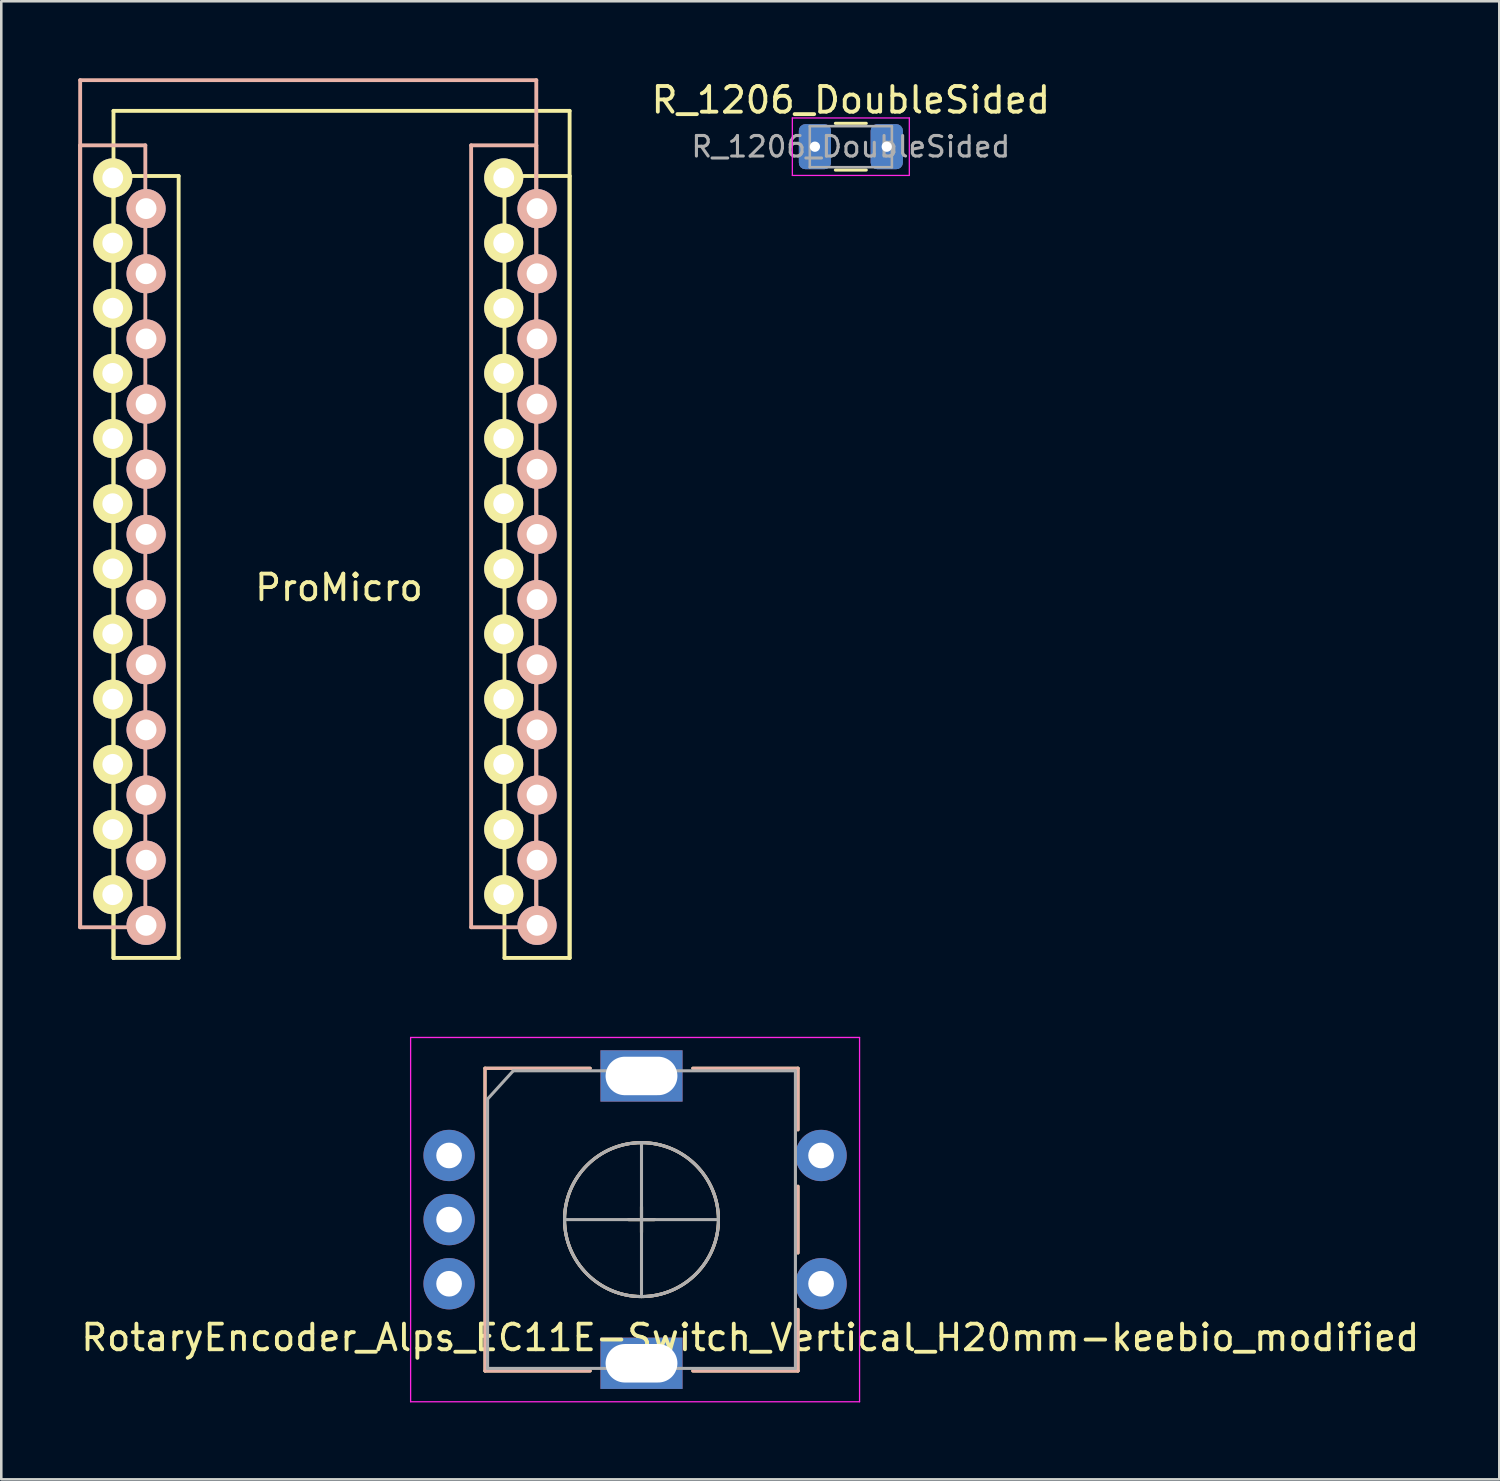
<source format=kicad_pcb>
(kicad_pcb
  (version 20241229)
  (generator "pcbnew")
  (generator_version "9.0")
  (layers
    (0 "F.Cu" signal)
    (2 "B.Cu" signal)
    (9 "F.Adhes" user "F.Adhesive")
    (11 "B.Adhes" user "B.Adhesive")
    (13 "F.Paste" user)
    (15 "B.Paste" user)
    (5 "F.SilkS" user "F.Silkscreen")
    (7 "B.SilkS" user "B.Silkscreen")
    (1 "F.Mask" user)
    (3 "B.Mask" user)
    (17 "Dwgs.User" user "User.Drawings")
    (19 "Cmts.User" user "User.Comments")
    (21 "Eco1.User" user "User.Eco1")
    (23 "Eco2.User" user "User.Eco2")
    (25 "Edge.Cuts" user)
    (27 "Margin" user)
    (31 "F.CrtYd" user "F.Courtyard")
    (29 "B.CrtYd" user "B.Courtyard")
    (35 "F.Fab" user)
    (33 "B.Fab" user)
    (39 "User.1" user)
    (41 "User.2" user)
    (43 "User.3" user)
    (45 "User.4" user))
  (footprint "RotaryEncoder_Alps_EC11E-Switch_Vertical_H20mm-keebio_modified"
    (layer "F.Cu")
    (at 21.956 44.491)
    (property "Reference" "RotaryEncoder_Alps_EC11E-Switch_Vertical_H20mm-keebio_modified" (at 4.24 4.6 0) (layer "F.SilkS") (effects (font (size 1 1) (thickness 0.15))))
    (attr through_hole)
    (fp_line (start -6.1 -5.9) (end -6.1 5.9) (stroke (width 0.12) (type solid)) (layer "F.SilkS"))
    (fp_line (start -2 -5.9) (end -6.1 -5.9) (stroke (width 0.12) (type solid)) (layer "F.SilkS"))
    (fp_line (start -2 5.9) (end -6.1 5.9) (stroke (width 0.12) (type solid)) (layer "F.SilkS"))
    (fp_line (start -0.5 0) (end 0.5 0) (stroke (width 0.12) (type solid)) (layer "F.SilkS"))
    (fp_line (start 0 -0.5) (end 0 0.5) (stroke (width 0.12) (type solid)) (layer "F.SilkS"))
    (fp_line (start 2 -5.9) (end 6.1 -5.9) (stroke (width 0.12) (type solid)) (layer "F.SilkS"))
    (fp_line (start 6.1 -5.9) (end 6.1 -3.5) (stroke (width 0.12) (type solid)) (layer "F.SilkS"))
    (fp_line (start 6.1 -1.3) (end 6.1 1.3) (stroke (width 0.12) (type solid)) (layer "F.SilkS"))
    (fp_line (start 6.1 3.5) (end 6.1 5.9) (stroke (width 0.12) (type solid)) (layer "F.SilkS"))
    (fp_line (start 6.1 5.9) (end 2 5.9) (stroke (width 0.12) (type solid)) (layer "F.SilkS"))
    (fp_circle (center 0 0) (end 3 0) (stroke (width 0.12) (type solid)) (fill no) (layer "F.SilkS"))
    (fp_line (start -6.1 -5.9) (end -6.1 5.9) (stroke (width 0.12) (type solid)) (layer "B.SilkS"))
    (fp_line (start -2 -5.9) (end -6.1 -5.9) (stroke (width 0.12) (type solid)) (layer "B.SilkS"))
    (fp_line (start -2 5.9) (end -6.1 5.9) (stroke (width 0.12) (type solid)) (layer "B.SilkS"))
    (fp_line (start -0.5 0) (end 0.5 0) (stroke (width 0.12) (type solid)) (layer "B.SilkS"))
    (fp_line (start 0 -0.5) (end 0 0.5) (stroke (width 0.12) (type solid)) (layer "B.SilkS"))
    (fp_line (start 2 -5.9) (end 6.1 -5.9) (stroke (width 0.12) (type solid)) (layer "B.SilkS"))
    (fp_line (start 6.1 -5.9) (end 6.1 -3.5) (stroke (width 0.12) (type solid)) (layer "B.SilkS"))
    (fp_line (start 6.1 -1.3) (end 6.1 1.3) (stroke (width 0.12) (type solid)) (layer "B.SilkS"))
    (fp_line (start 6.1 3.5) (end 6.1 5.9) (stroke (width 0.12) (type solid)) (layer "B.SilkS"))
    (fp_line (start 6.1 5.9) (end 2 5.9) (stroke (width 0.12) (type solid)) (layer "B.SilkS"))
    (fp_circle (center 0 0) (end 3 0) (stroke (width 0.12) (type solid)) (fill no) (layer "B.SilkS"))
    (fp_line (start -9 -7.1) (end -9 7.1) (stroke (width 0.05) (type solid)) (layer "F.CrtYd"))
    (fp_line (start -9 -7.1) (end 8.5 -7.1) (stroke (width 0.05) (type solid)) (layer "F.CrtYd"))
    (fp_line (start 8.5 7.1) (end -9 7.1) (stroke (width 0.05) (type solid)) (layer "F.CrtYd"))
    (fp_line (start 8.5 7.1) (end 8.5 -7.1) (stroke (width 0.05) (type solid)) (layer "F.CrtYd"))
    (fp_line (start -6 -4.7) (end -5 -5.8) (stroke (width 0.12) (type solid)) (layer "F.Fab"))
    (fp_line (start -6 5.8) (end -6 -4.7) (stroke (width 0.12) (type solid)) (layer "F.Fab"))
    (fp_line (start -5 -5.8) (end 6 -5.8) (stroke (width 0.12) (type solid)) (layer "F.Fab"))
    (fp_line (start -3 0) (end 3 0) (stroke (width 0.12) (type solid)) (layer "F.Fab"))
    (fp_line (start 0 -3) (end 0 3) (stroke (width 0.12) (type solid)) (layer "F.Fab"))
    (fp_line (start 6 -5.8) (end 6 5.8) (stroke (width 0.12) (type solid)) (layer "F.Fab"))
    (fp_line (start 6 5.8) (end -6 5.8) (stroke (width 0.12) (type solid)) (layer "F.Fab"))
    (fp_circle (center 0 0) (end 3 0) (stroke (width 0.12) (type solid)) (fill no) (layer "F.Fab"))
    (pad "A" thru_hole circle (at -7.5 -2.5) (size 2 2) (drill 1) (layers "*.Cu" "*.Mask"))
    (pad "B" thru_hole circle (at -7.5 2.5) (size 2 2) (drill 1) (layers "*.Cu" "*.Mask"))
    (pad "C" thru_hole circle (at -7.5 0) (size 2 2) (drill 1) (layers "*.Cu" "*.Mask"))
    (pad "MP" thru_hole rect (at 0 -5.6) (size 3.2 2) (drill oval 2.8 1.5) (layers "*.Cu" "*.Mask"))
    (pad "MP" thru_hole rect (at 0 5.6) (size 3.2 2) (drill oval 2.8 1.5) (layers "*.Cu" "*.Mask"))
    (pad "S1" thru_hole circle (at 7 2.5) (size 2 2) (drill 1) (layers "*.Cu" "*.Mask"))
    (pad "S2" thru_hole circle (at 7 -2.5) (size 2 2) (drill 1) (layers "*.Cu" "*.Mask")))
  (footprint "R_1206_DoubleSided"
    (layer "F.Cu")
    (at 30.116 2.668)
    (property "Reference" "R_1206_DoubleSided" (at 0 -1.82 0) (layer "F.SilkS") (effects (font (size 1 1) (thickness 0.15))))
    (attr smd)
    (fp_line (start -0.602 -0.91) (end 0.602 -0.91) (stroke (width 0.12) (type solid)) (layer "F.SilkS"))
    (fp_line (start -0.602 0.91) (end 0.602 0.91) (stroke (width 0.12) (type solid)) (layer "F.SilkS"))
    (fp_line (start -2.28 -1.12) (end 2.28 -1.12) (stroke (width 0.05) (type solid)) (layer "F.CrtYd"))
    (fp_line (start -2.28 1.12) (end -2.28 -1.12) (stroke (width 0.05) (type solid)) (layer "F.CrtYd"))
    (fp_line (start 2.28 -1.12) (end 2.28 1.12) (stroke (width 0.05) (type solid)) (layer "F.CrtYd"))
    (fp_line (start 2.28 1.12) (end -2.28 1.12) (stroke (width 0.05) (type solid)) (layer "F.CrtYd"))
    (fp_line (start -1.6 -0.8) (end 1.6 -0.8) (stroke (width 0.1) (type solid)) (layer "F.Fab"))
    (fp_line (start -1.6 0.8) (end -1.6 -0.8) (stroke (width 0.1) (type solid)) (layer "F.Fab"))
    (fp_line (start 1.6 -0.8) (end 1.6 0.8) (stroke (width 0.1) (type solid)) (layer "F.Fab"))
    (fp_line (start 1.6 0.8) (end -1.6 0.8) (stroke (width 0.1) (type solid)) (layer "F.Fab"))
    (fp_text user "${REFERENCE}" (at 0 0 0) (layer "F.Fab") (effects (font (size 0.8 0.8) (thickness 0.12))))
    (pad "1" thru_hole roundrect (at -1.4 0) (size 1.25 1.75) (drill 0.4) (layers "*.Cu" "*.Mask") (roundrect_rratio 0.2))
    (pad "1" smd roundrect (at -1.4 0) (size 1.25 1.75) (layers "B.Cu" "B.Mask" "B.Paste") (roundrect_rratio 0.2))
    (pad "2" thru_hole roundrect (at 1.4 0) (size 1.25 1.75) (drill 0.4) (layers "*.Cu" "*.Mask") (roundrect_rratio 0.2))
    (pad "2" smd roundrect (at 1.4 0) (size 1.25 1.75) (layers "B.Cu" "B.Mask" "B.Paste") (roundrect_rratio 0.2)))
  (footprint "ProMicro"
    (layer "F.Cu")
    (at 10.165 18.655)
    (property "Reference" "ProMicro" (at 0 1.2 0) (layer "F.SilkS") (effects (font (size 1 1) (thickness 0.15))))
    (attr through_hole)
    (fp_line (start -8.791 -17.384) (end -8.791 15.636) (stroke (width 0.15) (type solid)) (layer "F.SilkS"))
    (fp_line (start -8.791 -14.844) (end -8.791 15.636) (stroke (width 0.15) (type solid)) (layer "F.SilkS"))
    (fp_line (start -8.791 15.636) (end -6.251 15.636) (stroke (width 0.15) (type solid)) (layer "F.SilkS"))
    (fp_line (start -6.251 -14.844) (end -8.791 -14.844) (stroke (width 0.15) (type solid)) (layer "F.SilkS"))
    (fp_line (start -6.251 15.636) (end -6.251 -14.844) (stroke (width 0.15) (type solid)) (layer "F.SilkS"))
    (fp_line (start 6.449 -14.844) (end 6.449 15.636) (stroke (width 0.15) (type solid)) (layer "F.SilkS"))
    (fp_line (start 6.449 15.636) (end 8.989 15.636) (stroke (width 0.15) (type solid)) (layer "F.SilkS"))
    (fp_line (start 8.989 -17.384) (end -8.791 -17.384) (stroke (width 0.15) (type solid)) (layer "F.SilkS"))
    (fp_line (start 8.989 -14.844) (end 6.449 -14.844) (stroke (width 0.15) (type solid)) (layer "F.SilkS"))
    (fp_line (start 8.989 15.636) (end 8.989 -17.384) (stroke (width 0.15) (type solid)) (layer "F.SilkS"))
    (fp_line (start 8.989 15.636) (end 8.989 -14.844) (stroke (width 0.15) (type solid)) (layer "F.SilkS"))
    (fp_line (start -10.09 -18.58) (end 7.69 -18.58) (stroke (width 0.15) (type solid)) (layer "B.SilkS"))
    (fp_line (start -10.09 -16.04) (end -7.55 -16.04) (stroke (width 0.15) (type solid)) (layer "B.SilkS"))
    (fp_line (start -10.09 14.44) (end -10.09 -18.58) (stroke (width 0.15) (type solid)) (layer "B.SilkS"))
    (fp_line (start -10.09 14.44) (end -10.09 -16.04) (stroke (width 0.15) (type solid)) (layer "B.SilkS"))
    (fp_line (start -7.55 -16.04) (end -7.55 14.44) (stroke (width 0.15) (type solid)) (layer "B.SilkS"))
    (fp_line (start -7.55 14.44) (end -10.09 14.44) (stroke (width 0.15) (type solid)) (layer "B.SilkS"))
    (fp_line (start 5.15 -16.04) (end 7.69 -16.04) (stroke (width 0.15) (type solid)) (layer "B.SilkS"))
    (fp_line (start 5.15 14.44) (end 5.15 -16.04) (stroke (width 0.15) (type solid)) (layer "B.SilkS"))
    (fp_line (start 7.69 -18.58) (end 7.69 14.44) (stroke (width 0.15) (type solid)) (layer "B.SilkS"))
    (fp_line (start 7.69 -16.04) (end 7.69 14.44) (stroke (width 0.15) (type solid)) (layer "B.SilkS"))
    (fp_line (start 7.69 14.44) (end 5.15 14.44) (stroke (width 0.15) (type solid)) (layer "B.SilkS"))
    (pad "1" thru_hole circle (at -8.82 -14.77) (size 1.524 1.524) (drill 0.813) (layers "*.Cu" "*.Mask" "F.SilkS"))
    (pad "1" thru_hole circle (at 7.719 -13.574 180) (size 1.524 1.524) (drill 0.813) (layers "*.Cu" "*.Mask" "B.SilkS"))
    (pad "2" thru_hole circle (at -8.82 -12.23) (size 1.524 1.524) (drill 0.813) (layers "*.Cu" "*.Mask" "F.SilkS"))
    (pad "2" thru_hole circle (at 7.719 -11.034 180) (size 1.524 1.524) (drill 0.813) (layers "*.Cu" "*.Mask" "B.SilkS"))
    (pad "3" thru_hole circle (at -8.82 -9.69) (size 1.524 1.524) (drill 0.813) (layers "*.Cu" "*.Mask" "F.SilkS"))
    (pad "3" thru_hole circle (at 7.719 -8.494 180) (size 1.524 1.524) (drill 0.813) (layers "*.Cu" "*.Mask" "B.SilkS"))
    (pad "4" thru_hole circle (at -8.82 -7.15) (size 1.524 1.524) (drill 0.813) (layers "*.Cu" "*.Mask" "F.SilkS"))
    (pad "4" thru_hole circle (at 7.719 -5.954 180) (size 1.524 1.524) (drill 0.813) (layers "*.Cu" "*.Mask" "B.SilkS"))
    (pad "5" thru_hole circle (at -8.82 -4.61) (size 1.524 1.524) (drill 0.813) (layers "*.Cu" "*.Mask" "F.SilkS"))
    (pad "5" thru_hole circle (at 7.719 -3.414 180) (size 1.524 1.524) (drill 0.813) (layers "*.Cu" "*.Mask" "B.SilkS"))
    (pad "6" thru_hole circle (at -8.82 -2.07) (size 1.524 1.524) (drill 0.813) (layers "*.Cu" "*.Mask" "F.SilkS"))
    (pad "6" thru_hole circle (at 7.719 -0.874 180) (size 1.524 1.524) (drill 0.813) (layers "*.Cu" "*.Mask" "B.SilkS"))
    (pad "7" thru_hole circle (at -8.82 0.47) (size 1.524 1.524) (drill 0.813) (layers "*.Cu" "*.Mask" "F.SilkS"))
    (pad "7" thru_hole circle (at 7.719 1.666 180) (size 1.524 1.524) (drill 0.813) (layers "*.Cu" "*.Mask" "B.SilkS"))
    (pad "8" thru_hole circle (at -8.82 3.01) (size 1.524 1.524) (drill 0.813) (layers "*.Cu" "*.Mask" "F.SilkS"))
    (pad "8" thru_hole circle (at 7.719 4.206 180) (size 1.524 1.524) (drill 0.813) (layers "*.Cu" "*.Mask" "B.SilkS"))
    (pad "9" thru_hole circle (at -8.82 5.55) (size 1.524 1.524) (drill 0.813) (layers "*.Cu" "*.Mask" "F.SilkS"))
    (pad "9" thru_hole circle (at 7.719 6.746 180) (size 1.524 1.524) (drill 0.813) (layers "*.Cu" "*.Mask" "B.SilkS"))
    (pad "10" thru_hole circle (at -8.82 8.09) (size 1.524 1.524) (drill 0.813) (layers "*.Cu" "*.Mask" "F.SilkS"))
    (pad "10" thru_hole circle (at 7.719 9.286 180) (size 1.524 1.524) (drill 0.813) (layers "*.Cu" "*.Mask" "B.SilkS"))
    (pad "11" thru_hole circle (at -8.82 10.63) (size 1.524 1.524) (drill 0.813) (layers "*.Cu" "*.Mask" "F.SilkS"))
    (pad "11" thru_hole circle (at 7.719 11.826 180) (size 1.524 1.524) (drill 0.813) (layers "*.Cu" "*.Mask" "B.SilkS"))
    (pad "12" thru_hole circle (at -8.82 13.17) (size 1.524 1.524) (drill 0.813) (layers "*.Cu" "*.Mask" "F.SilkS"))
    (pad "12" thru_hole circle (at 7.719 14.366 180) (size 1.524 1.524) (drill 0.813) (layers "*.Cu" "*.Mask" "B.SilkS"))
    (pad "13" thru_hole circle (at -7.521 14.366 180) (size 1.524 1.524) (drill 0.813) (layers "*.Cu" "*.Mask" "B.SilkS"))
    (pad "13" thru_hole circle (at 6.42 13.17) (size 1.524 1.524) (drill 0.813) (layers "*.Cu" "*.Mask" "F.SilkS"))
    (pad "14" thru_hole circle (at -7.521 11.826 180) (size 1.524 1.524) (drill 0.813) (layers "*.Cu" "*.Mask" "B.SilkS"))
    (pad "14" thru_hole circle (at 6.42 10.63) (size 1.524 1.524) (drill 0.813) (layers "*.Cu" "*.Mask" "F.SilkS"))
    (pad "15" thru_hole circle (at -7.521 9.286 180) (size 1.524 1.524) (drill 0.813) (layers "*.Cu" "*.Mask" "B.SilkS"))
    (pad "15" thru_hole circle (at 6.42 8.09) (size 1.524 1.524) (drill 0.813) (layers "*.Cu" "*.Mask" "F.SilkS"))
    (pad "16" thru_hole circle (at -7.521 6.746 180) (size 1.524 1.524) (drill 0.813) (layers "*.Cu" "*.Mask" "B.SilkS"))
    (pad "16" thru_hole circle (at 6.42 5.55) (size 1.524 1.524) (drill 0.813) (layers "*.Cu" "*.Mask" "F.SilkS"))
    (pad "17" thru_hole circle (at -7.521 4.206 180) (size 1.524 1.524) (drill 0.813) (layers "*.Cu" "*.Mask" "B.SilkS"))
    (pad "17" thru_hole circle (at 6.42 3.01) (size 1.524 1.524) (drill 0.813) (layers "*.Cu" "*.Mask" "F.SilkS"))
    (pad "18" thru_hole circle (at -7.521 1.666 180) (size 1.524 1.524) (drill 0.813) (layers "*.Cu" "*.Mask" "B.SilkS"))
    (pad "18" thru_hole circle (at 6.42 0.47) (size 1.524 1.524) (drill 0.813) (layers "*.Cu" "*.Mask" "F.SilkS"))
    (pad "19" thru_hole circle (at -7.521 -0.874 180) (size 1.524 1.524) (drill 0.813) (layers "*.Cu" "*.Mask" "B.SilkS"))
    (pad "19" thru_hole circle (at 6.42 -2.07) (size 1.524 1.524) (drill 0.813) (layers "*.Cu" "*.Mask" "F.SilkS"))
    (pad "20" thru_hole circle (at -7.521 -3.414 180) (size 1.524 1.524) (drill 0.813) (layers "*.Cu" "*.Mask" "B.SilkS"))
    (pad "20" thru_hole circle (at 6.42 -4.61) (size 1.524 1.524) (drill 0.813) (layers "*.Cu" "*.Mask" "F.SilkS"))
    (pad "21" thru_hole circle (at -7.521 -5.954 180) (size 1.524 1.524) (drill 0.813) (layers "*.Cu" "*.Mask" "B.SilkS"))
    (pad "21" thru_hole circle (at 6.42 -7.15) (size 1.524 1.524) (drill 0.813) (layers "*.Cu" "*.Mask" "F.SilkS"))
    (pad "22" thru_hole circle (at -7.521 -8.494 180) (size 1.524 1.524) (drill 0.813) (layers "*.Cu" "*.Mask" "B.SilkS"))
    (pad "22" thru_hole circle (at 6.42 -9.69) (size 1.524 1.524) (drill 0.813) (layers "*.Cu" "*.Mask" "F.SilkS"))
    (pad "23" thru_hole circle (at -7.521 -11.034 180) (size 1.524 1.524) (drill 0.813) (layers "*.Cu" "*.Mask" "B.SilkS"))
    (pad "23" thru_hole circle (at 6.42 -12.23) (size 1.524 1.524) (drill 0.813) (layers "*.Cu" "*.Mask" "F.SilkS"))
    (pad "24" thru_hole circle (at -7.521 -13.574 180) (size 1.524 1.524) (drill 0.813) (layers "*.Cu" "*.Mask" "B.SilkS"))
    (pad "24" thru_hole circle (at 6.42 -14.77) (size 1.524 1.524) (drill 0.813) (layers "*.Cu" "*.Mask" "F.SilkS")))
  (gr_rect
    (start -3 -3)
    (end 55.393 54.616)
    (stroke (width 0.1) (type default))
    (fill no)
    (layer "Edge.Cuts")))
</source>
